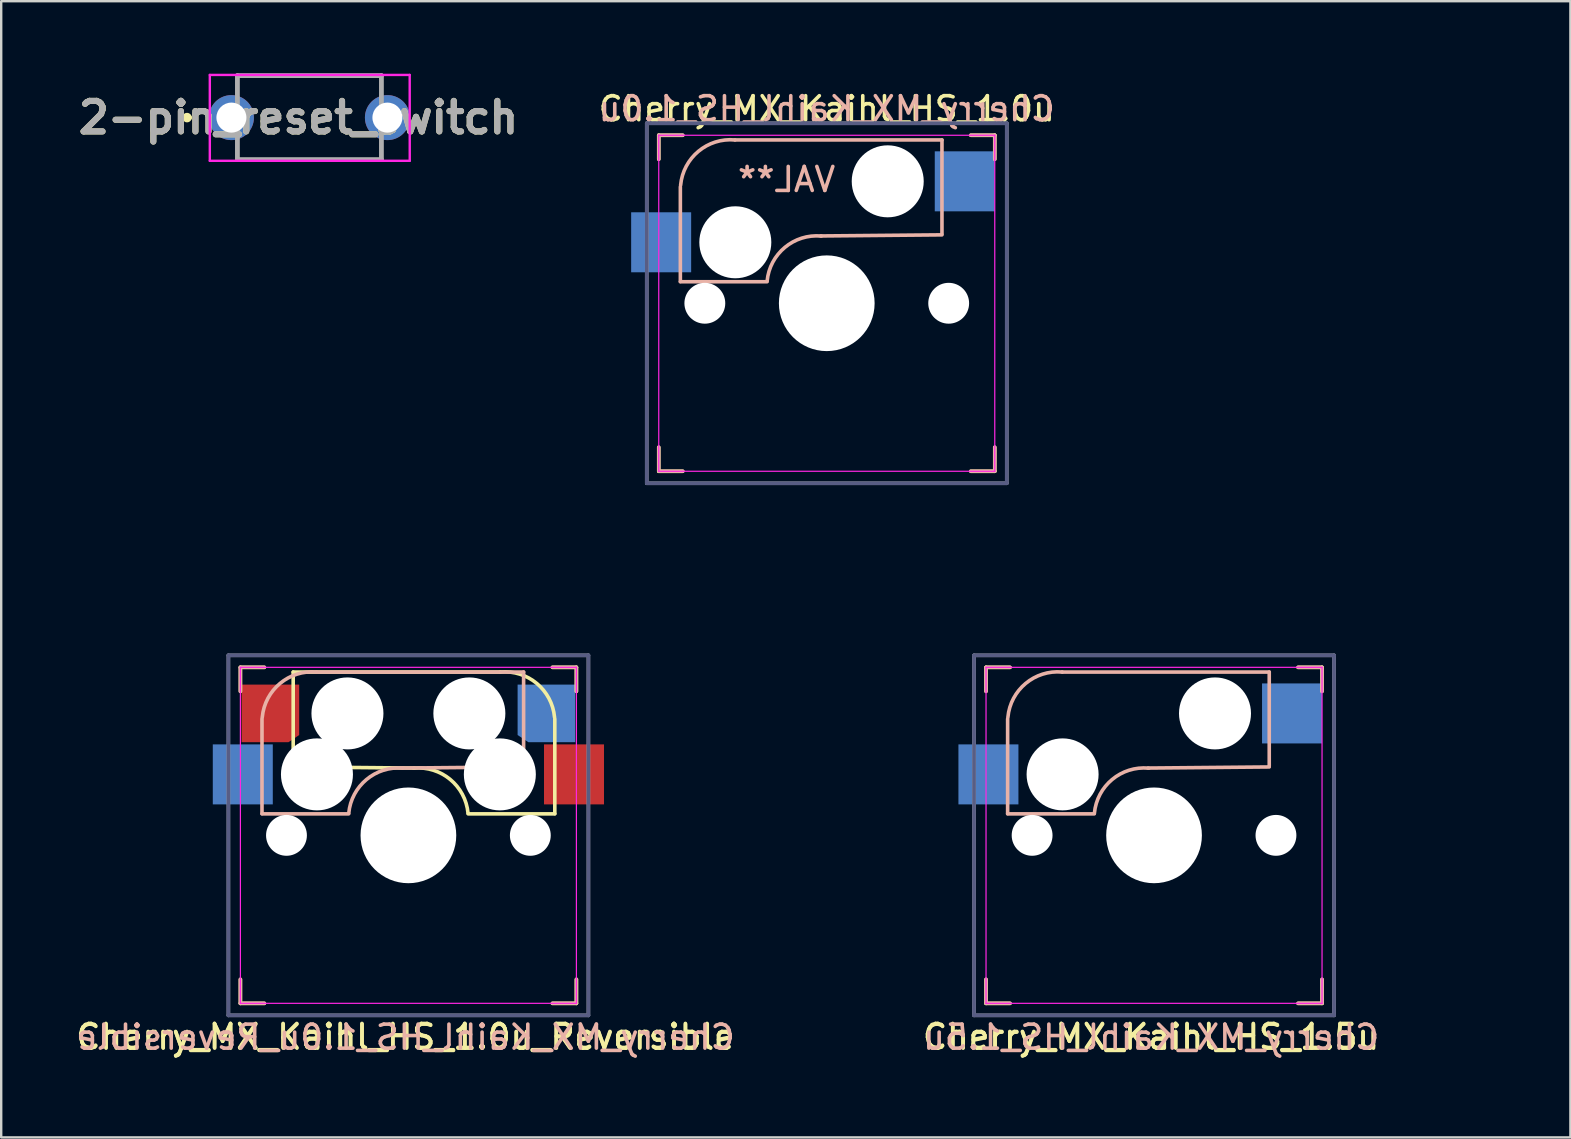
<source format=kicad_pcb>
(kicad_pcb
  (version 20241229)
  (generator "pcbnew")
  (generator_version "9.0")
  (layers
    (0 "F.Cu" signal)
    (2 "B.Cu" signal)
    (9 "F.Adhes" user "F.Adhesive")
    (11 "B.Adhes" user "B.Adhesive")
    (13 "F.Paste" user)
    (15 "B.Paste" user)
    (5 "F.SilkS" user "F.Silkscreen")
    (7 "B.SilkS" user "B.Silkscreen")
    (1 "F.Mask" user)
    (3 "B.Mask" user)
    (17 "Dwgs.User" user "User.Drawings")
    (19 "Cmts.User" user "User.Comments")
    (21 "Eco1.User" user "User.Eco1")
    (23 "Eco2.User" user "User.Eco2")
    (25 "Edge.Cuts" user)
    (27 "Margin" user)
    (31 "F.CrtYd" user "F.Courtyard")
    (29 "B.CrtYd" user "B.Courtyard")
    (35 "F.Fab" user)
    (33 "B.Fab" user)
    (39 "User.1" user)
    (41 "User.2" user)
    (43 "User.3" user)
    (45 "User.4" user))
  (footprint "Cherry_MX_Kaihl_HS_1.5u"
    (layer "F.Cu")
    (at 45.033 31.755)
    (property "Reference" "Cherry_MX_Kaihl_HS_1.5u" (at -0.127 8.382 0) (layer "F.SilkS") (effects (font (size 1 1) (thickness 0.15))))
    (attr through_hole)
    (fp_line (start -7 -7) (end -6 -7) (stroke (width 0.15) (type solid)) (layer "F.SilkS"))
    (fp_line (start -7 -6) (end -7 -7) (stroke (width 0.15) (type solid)) (layer "F.SilkS"))
    (fp_line (start -7 7) (end -7 6) (stroke (width 0.15) (type solid)) (layer "F.SilkS"))
    (fp_line (start -6 7) (end -7 7) (stroke (width 0.15) (type solid)) (layer "F.SilkS"))
    (fp_line (start 6 -7) (end 7 -7) (stroke (width 0.15) (type solid)) (layer "F.SilkS"))
    (fp_line (start 7 -7) (end 7 -6) (stroke (width 0.15) (type solid)) (layer "F.SilkS"))
    (fp_line (start 7 6) (end 7 7) (stroke (width 0.15) (type solid)) (layer "F.SilkS"))
    (fp_line (start 7 7) (end 6 7) (stroke (width 0.15) (type solid)) (layer "F.SilkS"))
    (fp_line (start -7 -7) (end -6 -7) (stroke (width 0.15) (type solid)) (layer "B.SilkS"))
    (fp_line (start -7 -6) (end -7 -7) (stroke (width 0.15) (type solid)) (layer "B.SilkS"))
    (fp_line (start -7 7) (end -7 6) (stroke (width 0.15) (type solid)) (layer "B.SilkS"))
    (fp_line (start -6.1 -4.85) (end -6.1 -0.905) (stroke (width 0.15) (type solid)) (layer "B.SilkS"))
    (fp_line (start -6.1 -0.896) (end -2.49 -0.896) (stroke (width 0.15) (type solid)) (layer "B.SilkS"))
    (fp_line (start -6 7) (end -7 7) (stroke (width 0.15) (type solid)) (layer "B.SilkS"))
    (fp_line (start 4.8 -6.804) (end -3.825 -6.804) (stroke (width 0.15) (type solid)) (layer "B.SilkS"))
    (fp_line (start 4.8 -2.896) (end 4.8 -6.804) (stroke (width 0.15) (type solid)) (layer "B.SilkS"))
    (fp_line (start 4.8 -2.85) (end -0.25 -2.804) (stroke (width 0.15) (type solid)) (layer "B.SilkS"))
    (fp_line (start 6 -7) (end 7 -7) (stroke (width 0.15) (type solid)) (layer "B.SilkS"))
    (fp_line (start 7 -7) (end 7 -6) (stroke (width 0.15) (type solid)) (layer "B.SilkS"))
    (fp_line (start 7 6) (end 7 7) (stroke (width 0.15) (type solid)) (layer "B.SilkS"))
    (fp_line (start 7 7) (end 6 7) (stroke (width 0.15) (type solid)) (layer "B.SilkS"))
    (fp_arc (start -6.089 -4.92) (mid -5.347189 -6.33089) (end -3.825 -6.804) (stroke (width 0.15) (type solid)) (layer "B.SilkS"))
    (fp_arc (start -2.484999 -0.920001) (mid -1.74436 -2.328062) (end -0.225 -2.8) (stroke (width 0.15) (type solid)) (layer "B.SilkS"))
    (fp_line (start -7 7) (end -7 -7) (stroke (width 0.1) (type solid)) (layer "Eco1.User"))
    (fp_line (start 7 -7) (end -7 -7) (stroke (width 0.1) (type solid)) (layer "Eco1.User"))
    (fp_line (start 7 7) (end -7 7) (stroke (width 0.1) (type solid)) (layer "Eco1.User"))
    (fp_line (start 7 7) (end 7 -7) (stroke (width 0.1) (type solid)) (layer "Eco1.User"))
    (fp_line (start -14.287 -9.525) (end 14.287 -9.525) (stroke (width 0.12) (type solid)) (layer "Eco2.User"))
    (fp_line (start -14.287 9.525) (end -14.287 -9.525) (stroke (width 0.12) (type solid)) (layer "Eco2.User"))
    (fp_line (start -0.8 4.25) (end 0.8 4.25) (stroke (width 0.12) (type solid)) (layer "Eco2.User"))
    (fp_line (start -0.8 5.85) (end -0.8 4.25) (stroke (width 0.12) (type solid)) (layer "Eco2.User"))
    (fp_line (start 0.8 4.25) (end 0.8 5.85) (stroke (width 0.12) (type solid)) (layer "Eco2.User"))
    (fp_line (start 0.8 5.85) (end -0.8 5.85) (stroke (width 0.12) (type solid)) (layer "Eco2.User"))
    (fp_line (start 14.287 -9.525) (end 14.287 9.525) (stroke (width 0.12) (type solid)) (layer "Eco2.User"))
    (fp_line (start 14.287 9.525) (end -14.287 9.525) (stroke (width 0.12) (type solid)) (layer "Eco2.User"))
    (fp_line (start -7 -7) (end 7 -7) (stroke (width 0.05) (type solid)) (layer "F.CrtYd"))
    (fp_line (start -7 7) (end -7 -7) (stroke (width 0.05) (type solid)) (layer "F.CrtYd"))
    (fp_line (start 7 -7) (end 7 7) (stroke (width 0.05) (type solid)) (layer "F.CrtYd"))
    (fp_line (start 7 7) (end -7 7) (stroke (width 0.05) (type solid)) (layer "F.CrtYd"))
    (fp_line (start -7.5 -7.5) (end 7.5 -7.5) (stroke (width 0.15) (type solid)) (layer "B.Fab"))
    (fp_line (start -7.5 7.5) (end -7.5 -7.5) (stroke (width 0.15) (type solid)) (layer "B.Fab"))
    (fp_line (start 7.5 -7.5) (end 7.5 7.5) (stroke (width 0.15) (type solid)) (layer "B.Fab"))
    (fp_line (start 7.5 7.5) (end -7.5 7.5) (stroke (width 0.15) (type solid)) (layer "B.Fab"))
    (fp_line (start -7.5 -7.5) (end 7.5 -7.5) (stroke (width 0.15) (type solid)) (layer "F.Fab"))
    (fp_line (start -7.5 7.5) (end -7.5 -7.5) (stroke (width 0.15) (type solid)) (layer "F.Fab"))
    (fp_line (start 7.5 -7.5) (end 7.5 7.5) (stroke (width 0.15) (type solid)) (layer "F.Fab"))
    (fp_line (start 7.5 7.5) (end -7.5 7.5) (stroke (width 0.15) (type solid)) (layer "F.Fab"))
    (fp_text user "${REFERENCE}" (at -0.12 8.41 0) (layer "F.SilkS") (effects (font (size 1 1) (thickness 0.15))))
    (fp_text user "${REFERENCE}" (at -0.12 8.41 0) (layer "B.SilkS") (effects (font (size 1 1) (thickness 0.15)) (justify mirror)))
    (pad "" np_thru_hole circle (at -5.08 0 180) (size 1.702 1.702) (drill 1.702) (layers "*.Cu" "*.Mask"))
    (pad "" np_thru_hole circle (at -3.81 -2.54 153.5) (size 3 3) (drill 3) (layers "*.Cu" "*.Mask"))
    (pad "" np_thru_hole circle (at 0 0 180) (size 3.988 3.988) (drill 3.988) (layers "*.Cu" "*.Mask"))
    (pad "" np_thru_hole circle (at 2.54 -5.08 206.5) (size 3 3) (drill 3) (layers "*.Cu" "*.Mask"))
    (pad "" np_thru_hole circle (at 5.08 0 180) (size 1.702 1.702) (drill 1.702) (layers "*.Cu" "*.Mask"))
    (pad "1" smd rect (at -6.9 -2.54 180) (size 2.5 2.5) (layers "B.Cu" "B.Mask" "B.Paste"))
    (pad "2" smd rect (at 5.75 -5.08 180) (size 2.5 2.5) (layers "B.Cu" "B.Mask" "B.Paste")))
  (footprint "2-pin_reset_switch"
    (layer "F.Cu")
    (at 6.592 1.85)
    (property "Reference" "2-pin_reset_switch" (at 2.794 0 0) (layer "F.SilkS") (effects (font (size 1.27 1.27) (thickness 0.254))))
    (attr through_hole)
    (fp_line (start -1.95 0) (end -1.95 0) (stroke (width 0.2) (type solid)) (layer "F.SilkS"))
    (fp_line (start -1.75 0) (end -1.75 0) (stroke (width 0.2) (type solid)) (layer "F.SilkS"))
    (fp_line (start 0.25 -1.75) (end 6.25 -1.75) (stroke (width 0.1) (type solid)) (layer "F.SilkS"))
    (fp_line (start 0.25 -1.5) (end 0.25 -1.75) (stroke (width 0.1) (type solid)) (layer "F.SilkS"))
    (fp_line (start 0.25 1.5) (end 0.25 1.75) (stroke (width 0.1) (type solid)) (layer "F.SilkS"))
    (fp_line (start 0.25 1.75) (end 6.25 1.75) (stroke (width 0.1) (type solid)) (layer "F.SilkS"))
    (fp_line (start 6.25 -1.75) (end 6.25 -1.5) (stroke (width 0.1) (type solid)) (layer "F.SilkS"))
    (fp_line (start 6.25 1.75) (end 6.25 1.5) (stroke (width 0.1) (type solid)) (layer "F.SilkS"))
    (fp_arc (start -1.95 0) (mid -1.85 -0.1) (end -1.75 0) (stroke (width 0.2) (type solid)) (layer "F.SilkS"))
    (fp_arc (start -1.75 0) (mid -1.85 0.1) (end -1.95 0) (stroke (width 0.2) (type solid)) (layer "F.SilkS"))
    (fp_line (start -0.9 -1.778) (end 7.428 -1.778) (stroke (width 0.1) (type solid)) (layer "F.CrtYd"))
    (fp_line (start -0.9 1.8) (end -0.9 -1.778) (stroke (width 0.1) (type solid)) (layer "F.CrtYd"))
    (fp_line (start 7.428 -1.778) (end 7.43 1.8) (stroke (width 0.1) (type solid)) (layer "F.CrtYd"))
    (fp_line (start 7.43 1.8) (end -0.9 1.8) (stroke (width 0.1) (type solid)) (layer "F.CrtYd"))
    (fp_line (start 0.25 -1.75) (end 6.25 -1.75) (stroke (width 0.2) (type solid)) (layer "F.Fab"))
    (fp_line (start 0.25 1.75) (end 0.25 -1.75) (stroke (width 0.2) (type solid)) (layer "F.Fab"))
    (fp_line (start 6.25 -1.75) (end 6.25 1.75) (stroke (width 0.2) (type solid)) (layer "F.Fab"))
    (fp_line (start 6.25 1.75) (end 0.25 1.75) (stroke (width 0.2) (type solid)) (layer "F.Fab"))
    (fp_text user "${REFERENCE}" (at 2.794 0 0) (layer "F.Fab") (effects (font (size 1.27 1.27) (thickness 0.254))))
    (pad "1" thru_hole circle (at 0 0) (size 1.875 1.875) (drill 1.25) (layers "*.Cu" "*.Mask"))
    (pad "2" thru_hole circle (at 6.5 0) (size 1.875 1.875) (drill 1.25) (layers "*.Cu" "*.Mask")))
  (footprint "Cherry_MX_Kaihl_HS_1.0u_Reversible"
    (layer "F.Cu")
    (at 13.966 31.755)
    (property "Reference" "Cherry_MX_Kaihl_HS_1.0u_Reversible" (at -0.127 8.382 0) (layer "F.SilkS") (effects (font (size 1 1) (thickness 0.15))))
    (attr through_hole)
    (fp_line (start -7 -7) (end -6 -7) (stroke (width 0.15) (type solid)) (layer "F.SilkS"))
    (fp_line (start -7 -6) (end -7 -7) (stroke (width 0.15) (type solid)) (layer "F.SilkS"))
    (fp_line (start -7 7) (end -7 6) (stroke (width 0.15) (type solid)) (layer "F.SilkS"))
    (fp_line (start -6 7) (end -7 7) (stroke (width 0.15) (type solid)) (layer "F.SilkS"))
    (fp_line (start -4.8 -6.804) (end 3.825 -6.804) (stroke (width 0.15) (type solid)) (layer "F.SilkS"))
    (fp_line (start -4.8 -2.896) (end -4.8 -6.804) (stroke (width 0.15) (type solid)) (layer "F.SilkS"))
    (fp_line (start -4.8 -2.85) (end 0.25 -2.804) (stroke (width 0.15) (type solid)) (layer "F.SilkS"))
    (fp_line (start 6 -7) (end 7 -7) (stroke (width 0.15) (type solid)) (layer "F.SilkS"))
    (fp_line (start 6.1 -4.85) (end 6.1 -0.905) (stroke (width 0.15) (type solid)) (layer "F.SilkS"))
    (fp_line (start 6.1 -0.896) (end 2.49 -0.896) (stroke (width 0.15) (type solid)) (layer "F.SilkS"))
    (fp_line (start 7 -7) (end 7 -6) (stroke (width 0.15) (type solid)) (layer "F.SilkS"))
    (fp_line (start 7 6) (end 7 7) (stroke (width 0.15) (type solid)) (layer "F.SilkS"))
    (fp_line (start 7 7) (end 6 7) (stroke (width 0.15) (type solid)) (layer "F.SilkS"))
    (fp_arc (start 0.225 -2.8) (mid 1.744361 -2.328062) (end 2.485001 -0.920001) (stroke (width 0.15) (type solid)) (layer "F.SilkS"))
    (fp_arc (start 3.825 -6.804) (mid 5.347189 -6.33089) (end 6.089 -4.92) (stroke (width 0.15) (type solid)) (layer "F.SilkS"))
    (fp_line (start -7 -7) (end -6 -7) (stroke (width 0.15) (type solid)) (layer "B.SilkS"))
    (fp_line (start -7 -6) (end -7 -7) (stroke (width 0.15) (type solid)) (layer "B.SilkS"))
    (fp_line (start -7 7) (end -7 6) (stroke (width 0.15) (type solid)) (layer "B.SilkS"))
    (fp_line (start -6.1 -4.85) (end -6.1 -0.905) (stroke (width 0.15) (type solid)) (layer "B.SilkS"))
    (fp_line (start -6.1 -0.896) (end -2.49 -0.896) (stroke (width 0.15) (type solid)) (layer "B.SilkS"))
    (fp_line (start -6 7) (end -7 7) (stroke (width 0.15) (type solid)) (layer "B.SilkS"))
    (fp_line (start 4.8 -6.804) (end -3.825 -6.804) (stroke (width 0.15) (type solid)) (layer "B.SilkS"))
    (fp_line (start 4.8 -2.896) (end 4.8 -6.804) (stroke (width 0.15) (type solid)) (layer "B.SilkS"))
    (fp_line (start 4.8 -2.85) (end -0.25 -2.804) (stroke (width 0.15) (type solid)) (layer "B.SilkS"))
    (fp_line (start 6 -7) (end 7 -7) (stroke (width 0.15) (type solid)) (layer "B.SilkS"))
    (fp_line (start 7 -7) (end 7 -6) (stroke (width 0.15) (type solid)) (layer "B.SilkS"))
    (fp_line (start 7 6) (end 7 7) (stroke (width 0.15) (type solid)) (layer "B.SilkS"))
    (fp_line (start 7 7) (end 6 7) (stroke (width 0.15) (type solid)) (layer "B.SilkS"))
    (fp_arc (start -6.089 -4.92) (mid -5.347189 -6.33089) (end -3.825 -6.804) (stroke (width 0.15) (type solid)) (layer "B.SilkS"))
    (fp_arc (start -2.484999 -0.920001) (mid -1.74436 -2.328062) (end -0.225 -2.8) (stroke (width 0.15) (type solid)) (layer "B.SilkS"))
    (fp_line (start -7 7) (end -7 -7) (stroke (width 0.1) (type solid)) (layer "Eco1.User"))
    (fp_line (start 7 -7) (end -7 -7) (stroke (width 0.1) (type solid)) (layer "Eco1.User"))
    (fp_line (start 7 7) (end -7 7) (stroke (width 0.1) (type solid)) (layer "Eco1.User"))
    (fp_line (start 7 7) (end 7 -7) (stroke (width 0.1) (type solid)) (layer "Eco1.User"))
    (fp_line (start -9.525 -9.525) (end 9.525 -9.525) (stroke (width 0.12) (type solid)) (layer "Eco2.User"))
    (fp_line (start -9.525 9.525) (end -9.525 -9.525) (stroke (width 0.12) (type solid)) (layer "Eco2.User"))
    (fp_line (start -0.8 4.25) (end 0.8 4.25) (stroke (width 0.12) (type solid)) (layer "Eco2.User"))
    (fp_line (start -0.8 5.85) (end -0.8 4.25) (stroke (width 0.12) (type solid)) (layer "Eco2.User"))
    (fp_line (start 0.8 4.25) (end 0.8 5.85) (stroke (width 0.12) (type solid)) (layer "Eco2.User"))
    (fp_line (start 0.8 5.85) (end -0.8 5.85) (stroke (width 0.12) (type solid)) (layer "Eco2.User"))
    (fp_line (start 9.525 -9.525) (end 9.525 9.525) (stroke (width 0.12) (type solid)) (layer "Eco2.User"))
    (fp_line (start 9.525 9.525) (end -9.525 9.525) (stroke (width 0.12) (type solid)) (layer "Eco2.User"))
    (fp_line (start -7 -7) (end 7 -7) (stroke (width 0.05) (type solid)) (layer "F.CrtYd"))
    (fp_line (start -7 7) (end -7 -7) (stroke (width 0.05) (type solid)) (layer "F.CrtYd"))
    (fp_line (start 7 -7) (end 7 7) (stroke (width 0.05) (type solid)) (layer "F.CrtYd"))
    (fp_line (start 7 7) (end -7 7) (stroke (width 0.05) (type solid)) (layer "F.CrtYd"))
    (fp_line (start -7.5 -7.5) (end 7.5 -7.5) (stroke (width 0.15) (type solid)) (layer "B.Fab"))
    (fp_line (start -7.5 7.5) (end -7.5 -7.5) (stroke (width 0.15) (type solid)) (layer "B.Fab"))
    (fp_line (start 7.5 -7.5) (end 7.5 7.5) (stroke (width 0.15) (type solid)) (layer "B.Fab"))
    (fp_line (start 7.5 7.5) (end -7.5 7.5) (stroke (width 0.15) (type solid)) (layer "B.Fab"))
    (fp_line (start -7.5 -7.5) (end 7.5 -7.5) (stroke (width 0.15) (type solid)) (layer "F.Fab"))
    (fp_line (start -7.5 7.5) (end -7.5 -7.5) (stroke (width 0.15) (type solid)) (layer "F.Fab"))
    (fp_line (start 7.5 -7.5) (end 7.5 7.5) (stroke (width 0.15) (type solid)) (layer "F.Fab"))
    (fp_line (start 7.5 7.5) (end -7.5 7.5) (stroke (width 0.15) (type solid)) (layer "F.Fab"))
    (fp_text user "${REFERENCE}" (at -0.12 8.41 0) (layer "F.SilkS") (effects (font (size 1 1) (thickness 0.15))))
    (fp_text user "${REFERENCE}" (at -0.12 8.41 0) (layer "B.SilkS") (effects (font (size 1 1) (thickness 0.15)) (justify mirror)))
    (pad "" np_thru_hole circle (at -5.08 0 180) (size 1.702 1.702) (drill 1.702) (layers "*.Cu" "*.Mask"))
    (pad "" np_thru_hole circle (at -3.81 -2.54 153.5) (size 3 3) (drill 3) (layers "*.Cu" "*.Mask"))
    (pad "" np_thru_hole circle (at -2.54 -5.08 206.5) (size 3 3) (drill 3) (layers "*.Cu" "*.Mask"))
    (pad "" np_thru_hole circle (at 0 0 180) (size 3.988 3.988) (drill 3.988) (layers "*.Cu" "*.Mask"))
    (pad "" np_thru_hole circle (at 2.54 -5.08 206.5) (size 3 3) (drill 3) (layers "*.Cu" "*.Mask"))
    (pad "" np_thru_hole circle (at 3.81 -2.54 206.5) (size 3 3) (drill 3) (layers "*.Cu" "*.Mask"))
    (pad "" np_thru_hole circle (at 5.08 0 180) (size 1.702 1.702) (drill 1.702) (layers "*.Cu" "*.Mask"))
    (pad "1" smd rect (at -6.9 -2.54 180) (size 2.5 2.5) (layers "B.Cu" "B.Mask" "B.Paste"))
    (pad "1" smd rect (at 6.9 -2.54 180) (size 2.5 2.5) (layers "F.Cu" "F.Mask" "F.Paste"))
    (pad "2" smd custom (at -5.75 -5.08 180) (size 2 2) (layers "F.Cu" "F.Mask" "F.Paste") (options (anchor rect)) (primitives (gr_poly (pts (xy 1.2 1.2) (xy -1.2 1.2) (xy -1.2 -0.9) (xy -0.75 -1.2) (xy 1.2 -1.2)) (width 0) (fill yes))))
    (pad "2" smd custom (at 5.75 -5.08 180) (size 2 2) (layers "B.Cu" "B.Mask" "B.Paste") (options (anchor rect)) (primitives (gr_poly (pts (xy 1.2 1.2) (xy 1.2 -0.9) (xy 0.75 -1.2) (xy -1.2 -1.2) (xy -1.2 1.2)) (width 0) (fill yes)))))
  (footprint "Cherry_MX_Kaihl_HS_1.0u"
    (layer "F.Cu")
    (at 31.397 9.585)
    (property "Reference" "Cherry_MX_Kaihl_HS_1.0u" (at 0 -8.103 0) (layer "F.SilkS") (effects (font (size 1 1) (thickness 0.15))))
    (property "Value" "VAL**" (at -1.676 -5.156 0) (layer "F.SilkS") (hide yes) (effects (font (size 1 1) (thickness 0.15))))
    (attr through_hole)
    (fp_line (start -7 -7) (end -6 -7) (stroke (width 0.15) (type solid)) (layer "F.SilkS"))
    (fp_line (start -7 -6) (end -7 -7) (stroke (width 0.15) (type solid)) (layer "F.SilkS"))
    (fp_line (start -7 7) (end -7 6) (stroke (width 0.15) (type solid)) (layer "F.SilkS"))
    (fp_line (start -6 7) (end -7 7) (stroke (width 0.15) (type solid)) (layer "F.SilkS"))
    (fp_line (start 6 -7) (end 7 -7) (stroke (width 0.15) (type solid)) (layer "F.SilkS"))
    (fp_line (start 7 -7) (end 7 -6) (stroke (width 0.15) (type solid)) (layer "F.SilkS"))
    (fp_line (start 7 6) (end 7 7) (stroke (width 0.15) (type solid)) (layer "F.SilkS"))
    (fp_line (start 7 7) (end 6 7) (stroke (width 0.15) (type solid)) (layer "F.SilkS"))
    (fp_line (start -7 -7) (end -6 -7) (stroke (width 0.15) (type solid)) (layer "B.SilkS"))
    (fp_line (start -7 -6) (end -7 -7) (stroke (width 0.15) (type solid)) (layer "B.SilkS"))
    (fp_line (start -7 7) (end -7 6) (stroke (width 0.15) (type solid)) (layer "B.SilkS"))
    (fp_line (start -6.1 -4.85) (end -6.1 -0.905) (stroke (width 0.15) (type solid)) (layer "B.SilkS"))
    (fp_line (start -6.1 -0.896) (end -2.49 -0.896) (stroke (width 0.15) (type solid)) (layer "B.SilkS"))
    (fp_line (start -6 7) (end -7 7) (stroke (width 0.15) (type solid)) (layer "B.SilkS"))
    (fp_line (start 4.8 -6.804) (end -3.825 -6.804) (stroke (width 0.15) (type solid)) (layer "B.SilkS"))
    (fp_line (start 4.8 -2.896) (end 4.8 -6.804) (stroke (width 0.15) (type solid)) (layer "B.SilkS"))
    (fp_line (start 4.8 -2.85) (end -0.25 -2.804) (stroke (width 0.15) (type solid)) (layer "B.SilkS"))
    (fp_line (start 6 -7) (end 7 -7) (stroke (width 0.15) (type solid)) (layer "B.SilkS"))
    (fp_line (start 7 -7) (end 7 -6) (stroke (width 0.15) (type solid)) (layer "B.SilkS"))
    (fp_line (start 7 6) (end 7 7) (stroke (width 0.15) (type solid)) (layer "B.SilkS"))
    (fp_line (start 7 7) (end 6 7) (stroke (width 0.15) (type solid)) (layer "B.SilkS"))
    (fp_arc (start -6.089 -4.92) (mid -5.347189 -6.33089) (end -3.825 -6.804) (stroke (width 0.15) (type solid)) (layer "B.SilkS"))
    (fp_arc (start -2.484999 -0.920001) (mid -1.74436 -2.328062) (end -0.225 -2.8) (stroke (width 0.15) (type solid)) (layer "B.SilkS"))
    (fp_line (start -7 7) (end -7 -7) (stroke (width 0.1) (type solid)) (layer "Eco1.User"))
    (fp_line (start 7 -7) (end -7 -7) (stroke (width 0.1) (type solid)) (layer "Eco1.User"))
    (fp_line (start 7 7) (end -7 7) (stroke (width 0.1) (type solid)) (layer "Eco1.User"))
    (fp_line (start 7 7) (end 7 -7) (stroke (width 0.1) (type solid)) (layer "Eco1.User"))
    (fp_line (start -9.525 -9.525) (end 9.525 -9.525) (stroke (width 0.12) (type solid)) (layer "Eco2.User"))
    (fp_line (start -9.525 9.525) (end -9.525 -9.525) (stroke (width 0.12) (type solid)) (layer "Eco2.User"))
    (fp_line (start -0.8 4.25) (end 0.8 4.25) (stroke (width 0.12) (type solid)) (layer "Eco2.User"))
    (fp_line (start -0.8 5.85) (end -0.8 4.25) (stroke (width 0.12) (type solid)) (layer "Eco2.User"))
    (fp_line (start 0.8 4.25) (end 0.8 5.85) (stroke (width 0.12) (type solid)) (layer "Eco2.User"))
    (fp_line (start 0.8 5.85) (end -0.8 5.85) (stroke (width 0.12) (type solid)) (layer "Eco2.User"))
    (fp_line (start 9.525 -9.525) (end 9.525 9.525) (stroke (width 0.12) (type solid)) (layer "Eco2.User"))
    (fp_line (start 9.525 9.525) (end -9.525 9.525) (stroke (width 0.12) (type solid)) (layer "Eco2.User"))
    (fp_line (start -7 -7) (end 7 -7) (stroke (width 0.05) (type solid)) (layer "F.CrtYd"))
    (fp_line (start -7 7) (end -7 -7) (stroke (width 0.05) (type solid)) (layer "F.CrtYd"))
    (fp_line (start 7 -7) (end 7 7) (stroke (width 0.05) (type solid)) (layer "F.CrtYd"))
    (fp_line (start 7 7) (end -7 7) (stroke (width 0.05) (type solid)) (layer "F.CrtYd"))
    (fp_line (start -7.5 -7.5) (end 7.5 -7.5) (stroke (width 0.15) (type solid)) (layer "B.Fab"))
    (fp_line (start -7.5 7.5) (end -7.5 -7.5) (stroke (width 0.15) (type solid)) (layer "B.Fab"))
    (fp_line (start 7.5 -7.5) (end 7.5 7.5) (stroke (width 0.15) (type solid)) (layer "B.Fab"))
    (fp_line (start 7.5 7.5) (end -7.5 7.5) (stroke (width 0.15) (type solid)) (layer "B.Fab"))
    (fp_line (start -7.5 -7.5) (end 7.5 -7.5) (stroke (width 0.15) (type solid)) (layer "F.Fab"))
    (fp_line (start -7.5 7.5) (end -7.5 -7.5) (stroke (width 0.15) (type solid)) (layer "F.Fab"))
    (fp_line (start 7.5 -7.5) (end 7.5 7.5) (stroke (width 0.15) (type solid)) (layer "F.Fab"))
    (fp_line (start 7.5 7.5) (end -7.5 7.5) (stroke (width 0.15) (type solid)) (layer "F.Fab"))
    (fp_text user "${VALUE}" (at -1.676 -5.156 180) (layer "B.SilkS") (effects (font (size 1 1) (thickness 0.15)) (justify mirror)))
    (fp_text user "${REFERENCE}" (at 0 -8.103 0) (layer "B.SilkS") (effects (font (size 1 1) (thickness 0.15)) (justify mirror)))
    (pad "" np_thru_hole circle (at -5.08 0 180) (size 1.702 1.702) (drill 1.702) (layers "*.Cu" "*.Mask"))
    (pad "" np_thru_hole circle (at -3.81 -2.54 153.5) (size 3 3) (drill 3) (layers "*.Cu" "*.Mask"))
    (pad "" np_thru_hole circle (at 0 0 180) (size 3.988 3.988) (drill 3.988) (layers "*.Cu" "*.Mask"))
    (pad "" np_thru_hole circle (at 2.54 -5.08 206.5) (size 3 3) (drill 3) (layers "*.Cu" "*.Mask"))
    (pad "" np_thru_hole circle (at 5.08 0 180) (size 1.702 1.702) (drill 1.702) (layers "*.Cu" "*.Mask"))
    (pad "1" smd rect (at -6.9 -2.54 180) (size 2.5 2.5) (layers "B.Cu" "B.Mask" "B.Paste"))
    (pad "2" smd rect (at 5.75 -5.08 180) (size 2.5 2.5) (layers "B.Cu" "B.Mask" "B.Paste")))
  (gr_rect
    (start -3 -3)
    (end 62.381 44.34)
    (stroke (width 0.1) (type default))
    (fill no)
    (layer "Edge.Cuts")))
</source>
